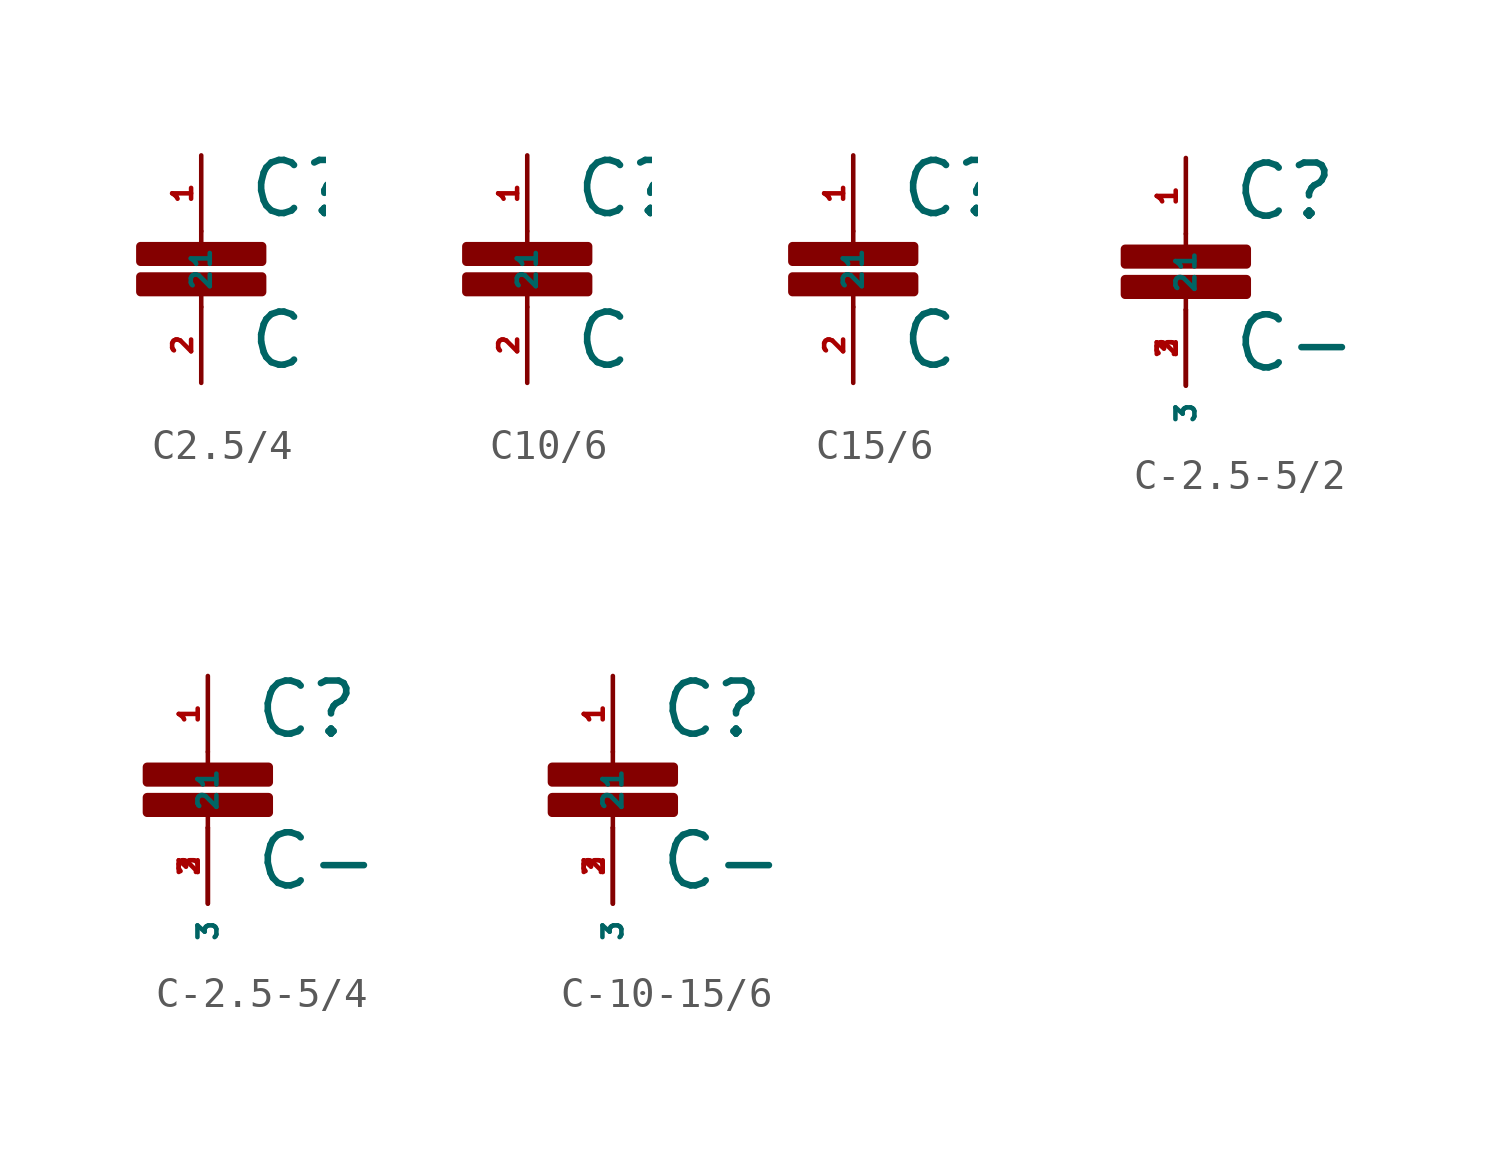
<source format=kicad_sym>
(kicad_symbol_lib
  (version 20220914)
  (generator Eagle2Kicad)
  (symbol "C2.5/4"
    (property "Reference" "C"
      (at 1.524 0.381 0)
      (effects (font (size 1.778 1.778) (thickness 0.22)) (justify left bottom)))
    (property "Value" "C"
      (at 1.524 -4.699 0)
      (effects (font (size 1.778 1.778) (thickness 0.22)) (justify left bottom)))
    (polyline
      (pts (xy 0 -2.54) (xy 0 -2.032))
      (stroke (width 0.152) (type default))
      (fill (type none)))
    (polyline
      (pts (xy 0 0) (xy 0 -0.508))
      (stroke (width 0.152) (type default))
      (fill (type none)))
    (rectangle
      (start -2.032 -1.016)
      (end 2.032 -0.508)
      (stroke (width 0.3) (type default))
      (fill (type outline)))
    (rectangle
      (start -2.032 -2.032)
      (end 2.032 -1.524)
      (stroke (width 0.3) (type default))
      (fill (type outline)))
    (pin passive line
      (at 0 2.54 270)
      (length 2.54)
      (name "1" (effects (font (size 0.635 0.635) (thickness 0.08)) (justify left bottom)))
      (number "1" (effects (font (size 0.635 0.635) (thickness 0.08)) (justify left bottom))))
    (pin passive line
      (at 0 -5.08 90)
      (length 2.54)
      (name "2" (effects (font (size 0.635 0.635) (thickness 0.08)) (justify left bottom)))
      (number "2" (effects (font (size 0.635 0.635) (thickness 0.08)) (justify left bottom)))))
  (symbol "C10/6"
    (property "Reference" "C"
      (at 1.524 0.381 0)
      (effects (font (size 1.778 1.778) (thickness 0.22)) (justify left bottom)))
    (property "Value" "C"
      (at 1.524 -4.699 0)
      (effects (font (size 1.778 1.778) (thickness 0.22)) (justify left bottom)))
    (polyline
      (pts (xy 0 -2.54) (xy 0 -2.032))
      (stroke (width 0.152) (type default))
      (fill (type none)))
    (polyline
      (pts (xy 0 0) (xy 0 -0.508))
      (stroke (width 0.152) (type default))
      (fill (type none)))
    (rectangle
      (start -2.032 -1.016)
      (end 2.032 -0.508)
      (stroke (width 0.3) (type default))
      (fill (type outline)))
    (rectangle
      (start -2.032 -2.032)
      (end 2.032 -1.524)
      (stroke (width 0.3) (type default))
      (fill (type outline)))
    (pin passive line
      (at 0 2.54 270)
      (length 2.54)
      (name "1" (effects (font (size 0.635 0.635) (thickness 0.08)) (justify left bottom)))
      (number "1" (effects (font (size 0.635 0.635) (thickness 0.08)) (justify left bottom))))
    (pin passive line
      (at 0 -5.08 90)
      (length 2.54)
      (name "2" (effects (font (size 0.635 0.635) (thickness 0.08)) (justify left bottom)))
      (number "2" (effects (font (size 0.635 0.635) (thickness 0.08)) (justify left bottom)))))
  (symbol "C15/6"
    (property "Reference" "C"
      (at 1.524 0.381 0)
      (effects (font (size 1.778 1.778) (thickness 0.22)) (justify left bottom)))
    (property "Value" "C"
      (at 1.524 -4.699 0)
      (effects (font (size 1.778 1.778) (thickness 0.22)) (justify left bottom)))
    (polyline
      (pts (xy 0 -2.54) (xy 0 -2.032))
      (stroke (width 0.152) (type default))
      (fill (type none)))
    (polyline
      (pts (xy 0 0) (xy 0 -0.508))
      (stroke (width 0.152) (type default))
      (fill (type none)))
    (rectangle
      (start -2.032 -1.016)
      (end 2.032 -0.508)
      (stroke (width 0.3) (type default))
      (fill (type outline)))
    (rectangle
      (start -2.032 -2.032)
      (end 2.032 -1.524)
      (stroke (width 0.3) (type default))
      (fill (type outline)))
    (pin passive line
      (at 0 2.54 270)
      (length 2.54)
      (name "1" (effects (font (size 0.635 0.635) (thickness 0.08)) (justify left bottom)))
      (number "1" (effects (font (size 0.635 0.635) (thickness 0.08)) (justify left bottom))))
    (pin passive line
      (at 0 -5.08 90)
      (length 2.54)
      (name "2" (effects (font (size 0.635 0.635) (thickness 0.08)) (justify left bottom)))
      (number "2" (effects (font (size 0.635 0.635) (thickness 0.08)) (justify left bottom)))))
  (symbol "C-2.5-5/2"
    (property "Reference" "C"
      (at 1.524 0.381 0)
      (effects (font (size 1.778 1.778) (thickness 0.22)) (justify left bottom)))
    (property "Value" "C-"
      (at 1.524 -4.699 0)
      (effects (font (size 1.778 1.778) (thickness 0.22)) (justify left bottom)))
    (polyline
      (pts (xy 0 -2.54) (xy 0 -2.032))
      (stroke (width 0.152) (type default))
      (fill (type none)))
    (polyline
      (pts (xy 0 0) (xy 0 -0.508))
      (stroke (width 0.152) (type default))
      (fill (type none)))
    (rectangle
      (start -2.032 -1.016)
      (end 2.032 -0.508)
      (stroke (width 0.3) (type default))
      (fill (type outline)))
    (rectangle
      (start -2.032 -2.032)
      (end 2.032 -1.524)
      (stroke (width 0.3) (type default))
      (fill (type outline)))
    (pin passive line
      (at 0 2.54 270)
      (length 2.54)
      (name "1" (effects (font (size 0.635 0.635) (thickness 0.08)) (justify left bottom)))
      (number "1" (effects (font (size 0.635 0.635) (thickness 0.08)) (justify left bottom))))
    (pin passive line
      (at 0 -5.08 90)
      (length 2.54)
      (name "2" (effects (font (size 0.635 0.635) (thickness 0.08)) (justify left bottom)))
      (number "2" (effects (font (size 0.635 0.635) (thickness 0.08)) (justify left bottom))))
    (pin passive line
      (at 0 -2.54 270)
      (length 2.54)
      (name "3" (effects (font (size 0.635 0.635) (thickness 0.08)) (justify left bottom)))
      (number "3" (effects (font (size 0.635 0.635) (thickness 0.08)) (justify left bottom)))))
  (symbol "C-2.5-5/4"
    (property "Reference" "C"
      (at 1.524 0.381 0)
      (effects (font (size 1.778 1.778) (thickness 0.22)) (justify left bottom)))
    (property "Value" "C-"
      (at 1.524 -4.699 0)
      (effects (font (size 1.778 1.778) (thickness 0.22)) (justify left bottom)))
    (polyline
      (pts (xy 0 -2.54) (xy 0 -2.032))
      (stroke (width 0.152) (type default))
      (fill (type none)))
    (polyline
      (pts (xy 0 0) (xy 0 -0.508))
      (stroke (width 0.152) (type default))
      (fill (type none)))
    (rectangle
      (start -2.032 -1.016)
      (end 2.032 -0.508)
      (stroke (width 0.3) (type default))
      (fill (type outline)))
    (rectangle
      (start -2.032 -2.032)
      (end 2.032 -1.524)
      (stroke (width 0.3) (type default))
      (fill (type outline)))
    (pin passive line
      (at 0 2.54 270)
      (length 2.54)
      (name "1" (effects (font (size 0.635 0.635) (thickness 0.08)) (justify left bottom)))
      (number "1" (effects (font (size 0.635 0.635) (thickness 0.08)) (justify left bottom))))
    (pin passive line
      (at 0 -5.08 90)
      (length 2.54)
      (name "2" (effects (font (size 0.635 0.635) (thickness 0.08)) (justify left bottom)))
      (number "2" (effects (font (size 0.635 0.635) (thickness 0.08)) (justify left bottom))))
    (pin passive line
      (at 0 -2.54 270)
      (length 2.54)
      (name "3" (effects (font (size 0.635 0.635) (thickness 0.08)) (justify left bottom)))
      (number "3" (effects (font (size 0.635 0.635) (thickness 0.08)) (justify left bottom)))))
  (symbol "C-10-15/6"
    (property "Reference" "C"
      (at 1.524 0.381 0)
      (effects (font (size 1.778 1.778) (thickness 0.22)) (justify left bottom)))
    (property "Value" "C-"
      (at 1.524 -4.699 0)
      (effects (font (size 1.778 1.778) (thickness 0.22)) (justify left bottom)))
    (polyline
      (pts (xy 0 -2.54) (xy 0 -2.032))
      (stroke (width 0.152) (type default))
      (fill (type none)))
    (polyline
      (pts (xy 0 0) (xy 0 -0.508))
      (stroke (width 0.152) (type default))
      (fill (type none)))
    (rectangle
      (start -2.032 -1.016)
      (end 2.032 -0.508)
      (stroke (width 0.3) (type default))
      (fill (type outline)))
    (rectangle
      (start -2.032 -2.032)
      (end 2.032 -1.524)
      (stroke (width 0.3) (type default))
      (fill (type outline)))
    (pin passive line
      (at 0 2.54 270)
      (length 2.54)
      (name "1" (effects (font (size 0.635 0.635) (thickness 0.08)) (justify left bottom)))
      (number "1" (effects (font (size 0.635 0.635) (thickness 0.08)) (justify left bottom))))
    (pin passive line
      (at 0 -5.08 90)
      (length 2.54)
      (name "2" (effects (font (size 0.635 0.635) (thickness 0.08)) (justify left bottom)))
      (number "2" (effects (font (size 0.635 0.635) (thickness 0.08)) (justify left bottom))))
    (pin passive line
      (at 0 -2.54 270)
      (length 2.54)
      (name "3" (effects (font (size 0.635 0.635) (thickness 0.08)) (justify left bottom)))
      (number "3" (effects (font (size 0.635 0.635) (thickness 0.08)) (justify left bottom))))))
</source>
